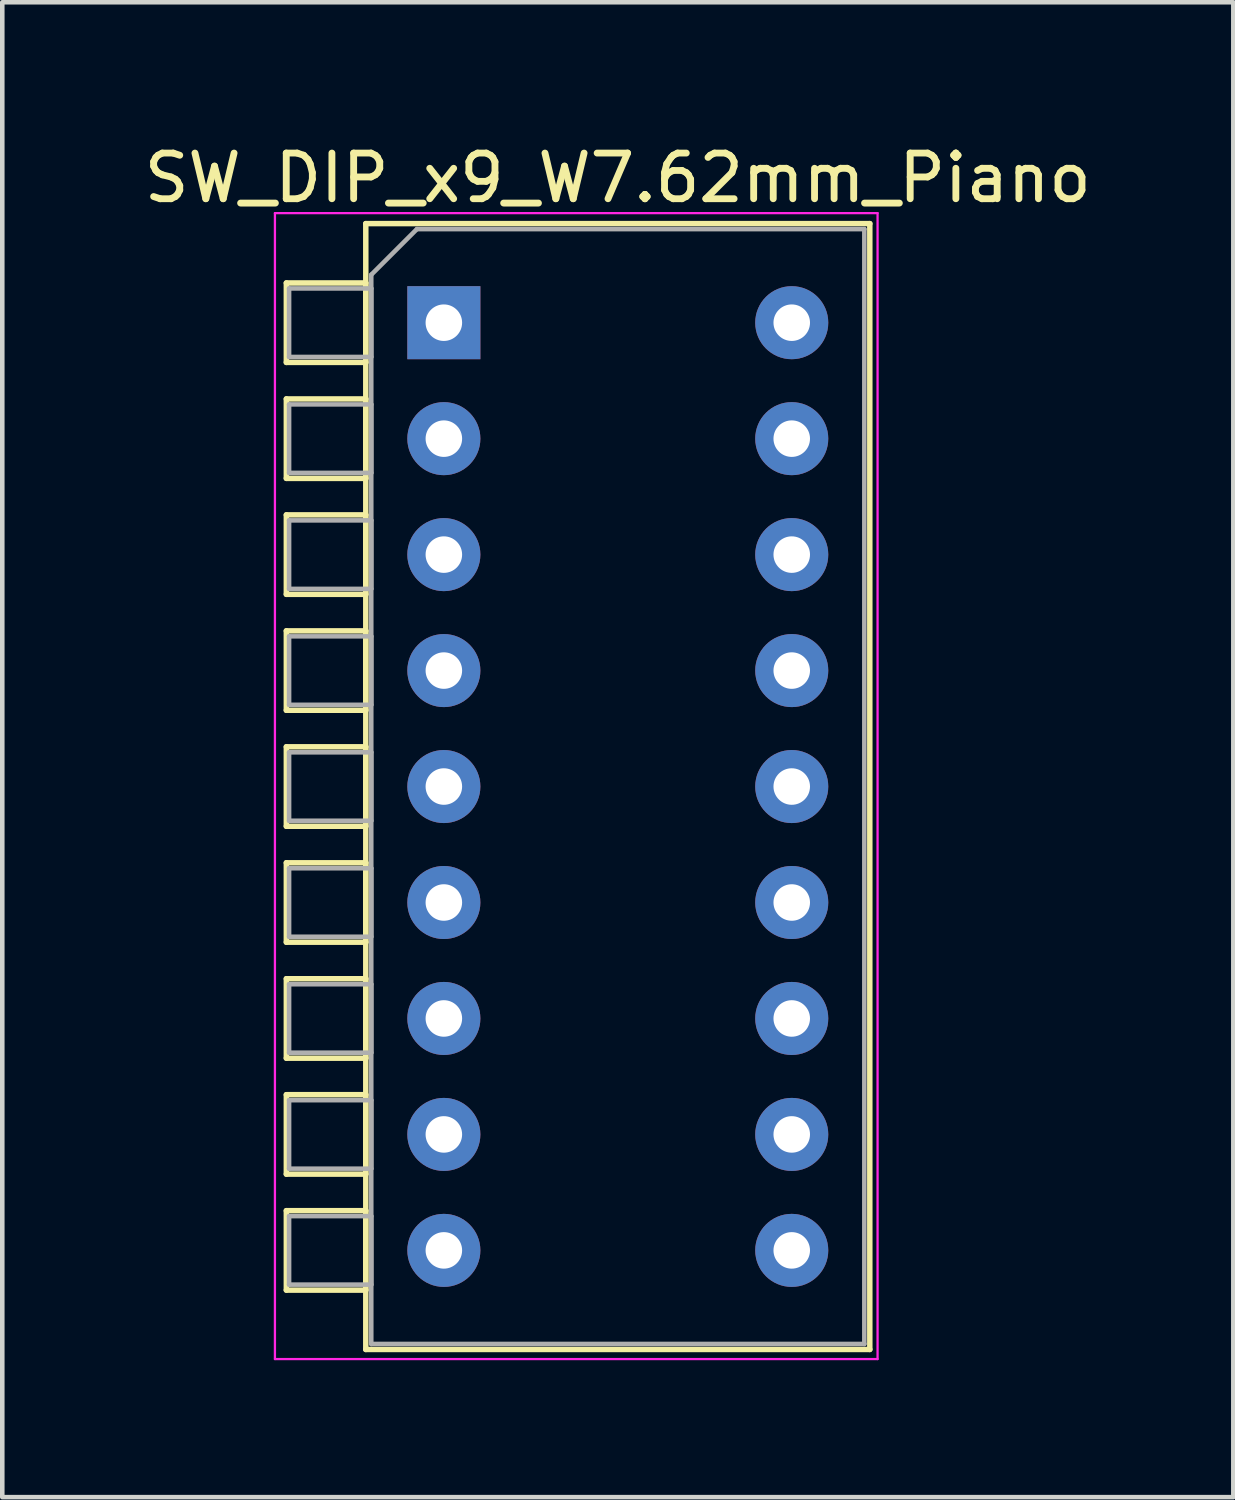
<source format=kicad_pcb>
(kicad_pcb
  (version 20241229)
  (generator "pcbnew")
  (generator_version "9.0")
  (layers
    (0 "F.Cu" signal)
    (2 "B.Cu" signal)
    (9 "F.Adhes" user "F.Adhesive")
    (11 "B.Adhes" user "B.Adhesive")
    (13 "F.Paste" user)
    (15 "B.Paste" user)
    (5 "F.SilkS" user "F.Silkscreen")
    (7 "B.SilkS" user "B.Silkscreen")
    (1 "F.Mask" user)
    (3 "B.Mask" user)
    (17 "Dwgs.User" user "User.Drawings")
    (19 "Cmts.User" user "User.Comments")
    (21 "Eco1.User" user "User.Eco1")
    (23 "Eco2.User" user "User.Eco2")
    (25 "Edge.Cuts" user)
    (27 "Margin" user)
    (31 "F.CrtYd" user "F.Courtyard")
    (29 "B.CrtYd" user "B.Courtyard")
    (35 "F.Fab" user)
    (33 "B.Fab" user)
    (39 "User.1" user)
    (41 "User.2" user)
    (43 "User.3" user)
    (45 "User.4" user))
  (footprint "SW_DIP_x9_W7.62mm_Piano"
    (layer "F.Cu")
    (at 6.672 4.018)
    (property "Reference" "SW_DIP_x9_W7.62mm_Piano" (at 3.81 -3.17 0) (layer "F.SilkS") (effects (font (size 1 1) (thickness 0.15))))
    (attr through_hole)
    (fp_line (start -3.45 -0.87) (end -3.45 0.87) (stroke (width 0.12) (type solid)) (layer "F.SilkS"))
    (fp_line (start -3.45 0.87) (end -1.71 0.87) (stroke (width 0.12) (type solid)) (layer "F.SilkS"))
    (fp_line (start -3.45 1.67) (end -3.45 3.41) (stroke (width 0.12) (type solid)) (layer "F.SilkS"))
    (fp_line (start -3.45 3.41) (end -1.71 3.41) (stroke (width 0.12) (type solid)) (layer "F.SilkS"))
    (fp_line (start -3.45 4.21) (end -3.45 5.95) (stroke (width 0.12) (type solid)) (layer "F.SilkS"))
    (fp_line (start -3.45 5.95) (end -1.71 5.95) (stroke (width 0.12) (type solid)) (layer "F.SilkS"))
    (fp_line (start -3.45 6.75) (end -3.45 8.49) (stroke (width 0.12) (type solid)) (layer "F.SilkS"))
    (fp_line (start -3.45 8.49) (end -1.71 8.49) (stroke (width 0.12) (type solid)) (layer "F.SilkS"))
    (fp_line (start -3.45 9.29) (end -3.45 11.03) (stroke (width 0.12) (type solid)) (layer "F.SilkS"))
    (fp_line (start -3.45 11.03) (end -1.71 11.03) (stroke (width 0.12) (type solid)) (layer "F.SilkS"))
    (fp_line (start -3.45 11.83) (end -3.45 13.57) (stroke (width 0.12) (type solid)) (layer "F.SilkS"))
    (fp_line (start -3.45 13.57) (end -1.71 13.57) (stroke (width 0.12) (type solid)) (layer "F.SilkS"))
    (fp_line (start -3.45 14.37) (end -3.45 16.11) (stroke (width 0.12) (type solid)) (layer "F.SilkS"))
    (fp_line (start -3.45 16.11) (end -1.71 16.11) (stroke (width 0.12) (type solid)) (layer "F.SilkS"))
    (fp_line (start -3.45 16.91) (end -3.45 18.65) (stroke (width 0.12) (type solid)) (layer "F.SilkS"))
    (fp_line (start -3.45 18.65) (end -1.71 18.65) (stroke (width 0.12) (type solid)) (layer "F.SilkS"))
    (fp_line (start -3.45 19.45) (end -3.45 21.19) (stroke (width 0.12) (type solid)) (layer "F.SilkS"))
    (fp_line (start -3.45 21.19) (end -1.71 21.19) (stroke (width 0.12) (type solid)) (layer "F.SilkS"))
    (fp_line (start -1.71 -2.17) (end 9.33 -2.17) (stroke (width 0.12) (type solid)) (layer "F.SilkS"))
    (fp_line (start -1.71 -0.87) (end -3.45 -0.87) (stroke (width 0.12) (type solid)) (layer "F.SilkS"))
    (fp_line (start -1.71 0.87) (end -1.71 -0.87) (stroke (width 0.12) (type solid)) (layer "F.SilkS"))
    (fp_line (start -1.71 1.67) (end -3.45 1.67) (stroke (width 0.12) (type solid)) (layer "F.SilkS"))
    (fp_line (start -1.71 3.41) (end -1.71 1.67) (stroke (width 0.12) (type solid)) (layer "F.SilkS"))
    (fp_line (start -1.71 4.21) (end -3.45 4.21) (stroke (width 0.12) (type solid)) (layer "F.SilkS"))
    (fp_line (start -1.71 5.95) (end -1.71 4.21) (stroke (width 0.12) (type solid)) (layer "F.SilkS"))
    (fp_line (start -1.71 6.75) (end -3.45 6.75) (stroke (width 0.12) (type solid)) (layer "F.SilkS"))
    (fp_line (start -1.71 8.49) (end -1.71 6.75) (stroke (width 0.12) (type solid)) (layer "F.SilkS"))
    (fp_line (start -1.71 9.29) (end -3.45 9.29) (stroke (width 0.12) (type solid)) (layer "F.SilkS"))
    (fp_line (start -1.71 11.03) (end -1.71 9.29) (stroke (width 0.12) (type solid)) (layer "F.SilkS"))
    (fp_line (start -1.71 11.83) (end -3.45 11.83) (stroke (width 0.12) (type solid)) (layer "F.SilkS"))
    (fp_line (start -1.71 13.57) (end -1.71 11.83) (stroke (width 0.12) (type solid)) (layer "F.SilkS"))
    (fp_line (start -1.71 14.37) (end -3.45 14.37) (stroke (width 0.12) (type solid)) (layer "F.SilkS"))
    (fp_line (start -1.71 16.11) (end -1.71 14.37) (stroke (width 0.12) (type solid)) (layer "F.SilkS"))
    (fp_line (start -1.71 16.91) (end -3.45 16.91) (stroke (width 0.12) (type solid)) (layer "F.SilkS"))
    (fp_line (start -1.71 18.65) (end -1.71 16.91) (stroke (width 0.12) (type solid)) (layer "F.SilkS"))
    (fp_line (start -1.71 19.45) (end -3.45 19.45) (stroke (width 0.12) (type solid)) (layer "F.SilkS"))
    (fp_line (start -1.71 21.19) (end -1.71 19.45) (stroke (width 0.12) (type solid)) (layer "F.SilkS"))
    (fp_line (start -1.71 22.49) (end -1.71 -2.17) (stroke (width 0.12) (type solid)) (layer "F.SilkS"))
    (fp_line (start 9.33 -2.17) (end 9.33 22.49) (stroke (width 0.12) (type solid)) (layer "F.SilkS"))
    (fp_line (start 9.33 22.49) (end -1.71 22.49) (stroke (width 0.12) (type solid)) (layer "F.SilkS"))
    (fp_line (start -3.7 -2.4) (end -3.7 22.7) (stroke (width 0.05) (type solid)) (layer "F.CrtYd"))
    (fp_line (start -3.7 22.7) (end 9.5 22.7) (stroke (width 0.05) (type solid)) (layer "F.CrtYd"))
    (fp_line (start 9.5 -2.4) (end -3.7 -2.4) (stroke (width 0.05) (type solid)) (layer "F.CrtYd"))
    (fp_line (start 9.5 22.7) (end 9.5 -2.4) (stroke (width 0.05) (type solid)) (layer "F.CrtYd"))
    (fp_line (start -3.39 -0.75) (end -1.59 -0.75) (stroke (width 0.1) (type solid)) (layer "F.Fab"))
    (fp_line (start -3.39 0.75) (end -3.39 -0.75) (stroke (width 0.1) (type solid)) (layer "F.Fab"))
    (fp_line (start -3.39 1.79) (end -1.59 1.79) (stroke (width 0.1) (type solid)) (layer "F.Fab"))
    (fp_line (start -3.39 3.29) (end -3.39 1.79) (stroke (width 0.1) (type solid)) (layer "F.Fab"))
    (fp_line (start -3.39 4.33) (end -1.59 4.33) (stroke (width 0.1) (type solid)) (layer "F.Fab"))
    (fp_line (start -3.39 5.83) (end -3.39 4.33) (stroke (width 0.1) (type solid)) (layer "F.Fab"))
    (fp_line (start -3.39 6.87) (end -1.59 6.87) (stroke (width 0.1) (type solid)) (layer "F.Fab"))
    (fp_line (start -3.39 8.37) (end -3.39 6.87) (stroke (width 0.1) (type solid)) (layer "F.Fab"))
    (fp_line (start -3.39 9.41) (end -1.59 9.41) (stroke (width 0.1) (type solid)) (layer "F.Fab"))
    (fp_line (start -3.39 10.91) (end -3.39 9.41) (stroke (width 0.1) (type solid)) (layer "F.Fab"))
    (fp_line (start -3.39 11.95) (end -1.59 11.95) (stroke (width 0.1) (type solid)) (layer "F.Fab"))
    (fp_line (start -3.39 13.45) (end -3.39 11.95) (stroke (width 0.1) (type solid)) (layer "F.Fab"))
    (fp_line (start -3.39 14.49) (end -1.59 14.49) (stroke (width 0.1) (type solid)) (layer "F.Fab"))
    (fp_line (start -3.39 15.99) (end -3.39 14.49) (stroke (width 0.1) (type solid)) (layer "F.Fab"))
    (fp_line (start -3.39 17.03) (end -1.59 17.03) (stroke (width 0.1) (type solid)) (layer "F.Fab"))
    (fp_line (start -3.39 18.53) (end -3.39 17.03) (stroke (width 0.1) (type solid)) (layer "F.Fab"))
    (fp_line (start -3.39 19.57) (end -1.59 19.57) (stroke (width 0.1) (type solid)) (layer "F.Fab"))
    (fp_line (start -3.39 21.07) (end -3.39 19.57) (stroke (width 0.1) (type solid)) (layer "F.Fab"))
    (fp_line (start -1.59 -1.05) (end -0.59 -2.05) (stroke (width 0.1) (type solid)) (layer "F.Fab"))
    (fp_line (start -1.59 -0.75) (end -1.59 0.75) (stroke (width 0.1) (type solid)) (layer "F.Fab"))
    (fp_line (start -1.59 0.75) (end -3.39 0.75) (stroke (width 0.1) (type solid)) (layer "F.Fab"))
    (fp_line (start -1.59 1.79) (end -1.59 3.29) (stroke (width 0.1) (type solid)) (layer "F.Fab"))
    (fp_line (start -1.59 3.29) (end -3.39 3.29) (stroke (width 0.1) (type solid)) (layer "F.Fab"))
    (fp_line (start -1.59 4.33) (end -1.59 5.83) (stroke (width 0.1) (type solid)) (layer "F.Fab"))
    (fp_line (start -1.59 5.83) (end -3.39 5.83) (stroke (width 0.1) (type solid)) (layer "F.Fab"))
    (fp_line (start -1.59 6.87) (end -1.59 8.37) (stroke (width 0.1) (type solid)) (layer "F.Fab"))
    (fp_line (start -1.59 8.37) (end -3.39 8.37) (stroke (width 0.1) (type solid)) (layer "F.Fab"))
    (fp_line (start -1.59 9.41) (end -1.59 10.91) (stroke (width 0.1) (type solid)) (layer "F.Fab"))
    (fp_line (start -1.59 10.91) (end -3.39 10.91) (stroke (width 0.1) (type solid)) (layer "F.Fab"))
    (fp_line (start -1.59 11.95) (end -1.59 13.45) (stroke (width 0.1) (type solid)) (layer "F.Fab"))
    (fp_line (start -1.59 13.45) (end -3.39 13.45) (stroke (width 0.1) (type solid)) (layer "F.Fab"))
    (fp_line (start -1.59 14.49) (end -1.59 15.99) (stroke (width 0.1) (type solid)) (layer "F.Fab"))
    (fp_line (start -1.59 15.99) (end -3.39 15.99) (stroke (width 0.1) (type solid)) (layer "F.Fab"))
    (fp_line (start -1.59 17.03) (end -1.59 18.53) (stroke (width 0.1) (type solid)) (layer "F.Fab"))
    (fp_line (start -1.59 18.53) (end -3.39 18.53) (stroke (width 0.1) (type solid)) (layer "F.Fab"))
    (fp_line (start -1.59 19.57) (end -1.59 21.07) (stroke (width 0.1) (type solid)) (layer "F.Fab"))
    (fp_line (start -1.59 21.07) (end -3.39 21.07) (stroke (width 0.1) (type solid)) (layer "F.Fab"))
    (fp_line (start -1.59 22.37) (end -1.59 -1.05) (stroke (width 0.1) (type solid)) (layer "F.Fab"))
    (fp_line (start -0.59 -2.05) (end 9.21 -2.05) (stroke (width 0.1) (type solid)) (layer "F.Fab"))
    (fp_line (start 9.21 -2.05) (end 9.21 22.37) (stroke (width 0.1) (type solid)) (layer "F.Fab"))
    (fp_line (start 9.21 22.37) (end -1.59 22.37) (stroke (width 0.1) (type solid)) (layer "F.Fab"))
    (pad "1" thru_hole rect (at 0 0) (size 1.6 1.6) (drill 0.8) (layers "*.Cu" "*.Mask"))
    (pad "2" thru_hole oval (at 0 2.54) (size 1.6 1.6) (drill 0.8) (layers "*.Cu" "*.Mask"))
    (pad "3" thru_hole oval (at 0 5.08) (size 1.6 1.6) (drill 0.8) (layers "*.Cu" "*.Mask"))
    (pad "4" thru_hole oval (at 0 7.62) (size 1.6 1.6) (drill 0.8) (layers "*.Cu" "*.Mask"))
    (pad "5" thru_hole oval (at 0 10.16) (size 1.6 1.6) (drill 0.8) (layers "*.Cu" "*.Mask"))
    (pad "6" thru_hole oval (at 0 12.7) (size 1.6 1.6) (drill 0.8) (layers "*.Cu" "*.Mask"))
    (pad "7" thru_hole oval (at 0 15.24) (size 1.6 1.6) (drill 0.8) (layers "*.Cu" "*.Mask"))
    (pad "8" thru_hole oval (at 0 17.78) (size 1.6 1.6) (drill 0.8) (layers "*.Cu" "*.Mask"))
    (pad "9" thru_hole oval (at 0 20.32) (size 1.6 1.6) (drill 0.8) (layers "*.Cu" "*.Mask"))
    (pad "10" thru_hole oval (at 7.62 20.32) (size 1.6 1.6) (drill 0.8) (layers "*.Cu" "*.Mask"))
    (pad "11" thru_hole oval (at 7.62 17.78) (size 1.6 1.6) (drill 0.8) (layers "*.Cu" "*.Mask"))
    (pad "12" thru_hole oval (at 7.62 15.24) (size 1.6 1.6) (drill 0.8) (layers "*.Cu" "*.Mask"))
    (pad "13" thru_hole oval (at 7.62 12.7) (size 1.6 1.6) (drill 0.8) (layers "*.Cu" "*.Mask"))
    (pad "14" thru_hole oval (at 7.62 10.16) (size 1.6 1.6) (drill 0.8) (layers "*.Cu" "*.Mask"))
    (pad "15" thru_hole oval (at 7.62 7.62) (size 1.6 1.6) (drill 0.8) (layers "*.Cu" "*.Mask"))
    (pad "16" thru_hole oval (at 7.62 5.08) (size 1.6 1.6) (drill 0.8) (layers "*.Cu" "*.Mask"))
    (pad "17" thru_hole oval (at 7.62 2.54) (size 1.6 1.6) (drill 0.8) (layers "*.Cu" "*.Mask"))
    (pad "18" thru_hole oval (at 7.62 0) (size 1.6 1.6) (drill 0.8) (layers "*.Cu" "*.Mask")))
  (gr_rect
    (start -3 -3)
    (end 23.964 29.743)
    (stroke (width 0.1) (type default))
    (fill no)
    (layer "Edge.Cuts")))
</source>
